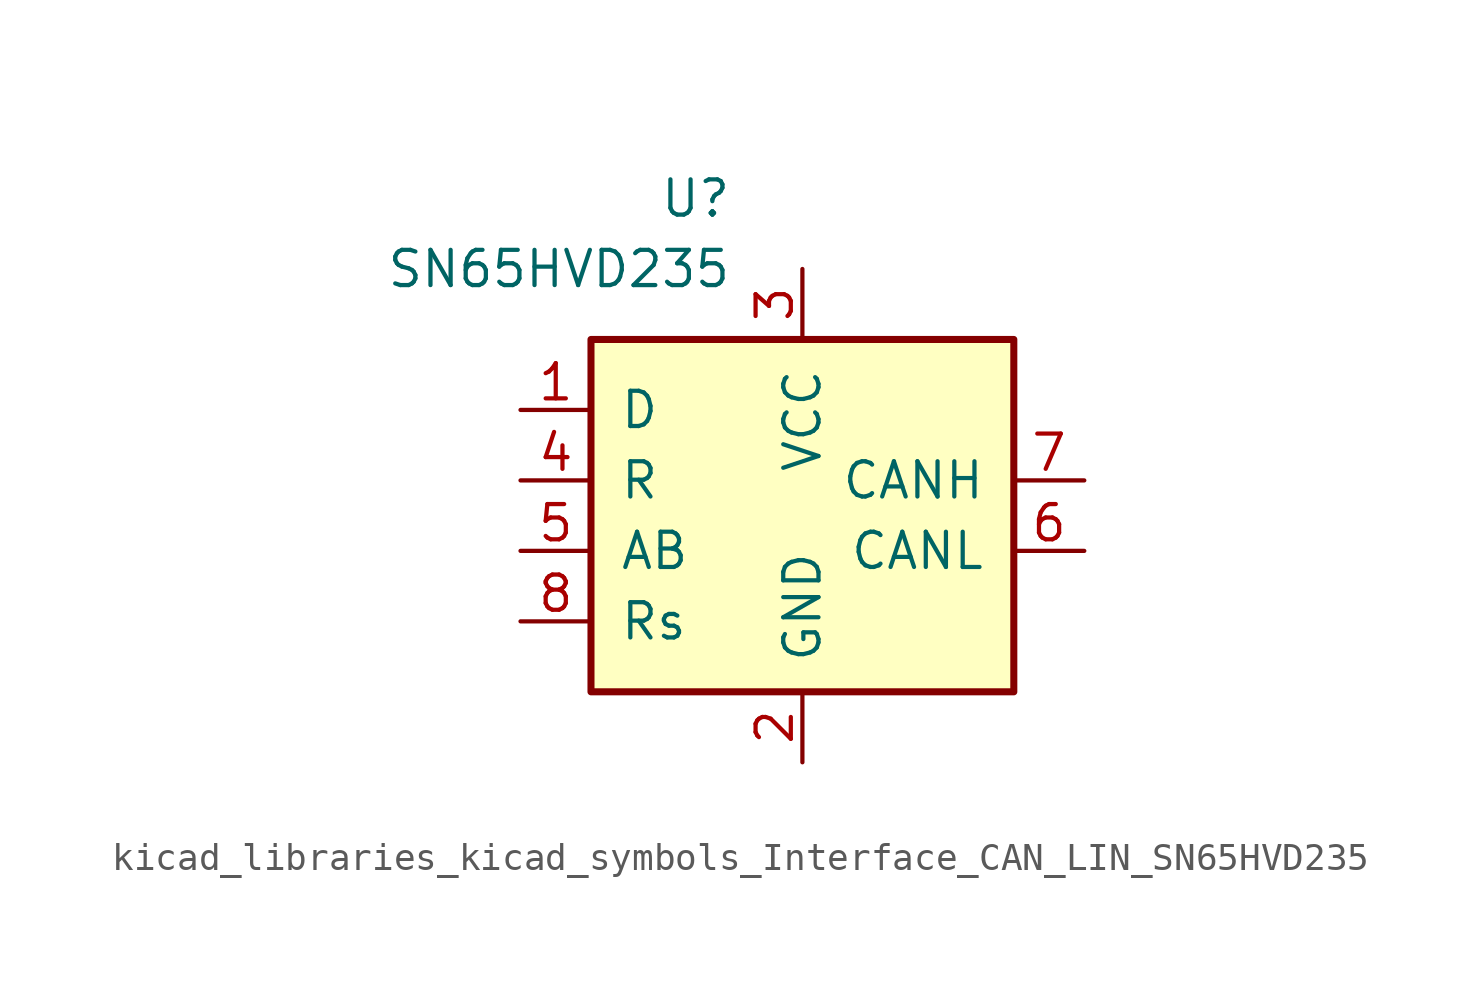
<source format=kicad_sym>
(kicad_symbol_lib
  (version 20220914)
  (generator kicad_symbol_editor)
  (symbol "kicad_libraries_kicad_symbols_Interface_CAN_LIN_SN65HVD235"
    (pin_names
      (offset 1.016))
    (property "Reference" "U"
      (at -2.54 10.16 0)
      (effects (font (size 1.27 1.27)) (justify right)))
    (property "Value" "SN65HVD235"
      (at -2.54 7.62 0)
      (effects (font (size 1.27 1.27)) (justify right)))
    (symbol "kicad_libraries_kicad_symbols_Interface_CAN_LIN_SN65HVD235_0_1"
      (rectangle (start -7.62 5.08) (end 7.62 -7.62) (stroke (width 0.254) (type default)) (fill (type background))))
    (symbol "kicad_libraries_kicad_symbols_Interface_CAN_LIN_SN65HVD235_1_1"
      (pin input line (at -10.16 2.54 0) (length 2.54) (name "D" (effects (font (size 1.27 1.27)))) (number "1" (effects (font (size 1.27 1.27)))))
      (pin power_in line (at 0 -10.16 90) (length 2.54) (name "GND" (effects (font (size 1.27 1.27)))) (number "2" (effects (font (size 1.27 1.27)))))
      (pin power_in line (at 0 7.62 270) (length 2.54) (name "VCC" (effects (font (size 1.27 1.27)))) (number "3" (effects (font (size 1.27 1.27)))))
      (pin output line (at -10.16 0 0) (length 2.54) (name "R" (effects (font (size 1.27 1.27)))) (number "4" (effects (font (size 1.27 1.27)))))
      (pin input line (at -10.16 -2.54 0) (length 2.54) (name "AB" (effects (font (size 1.27 1.27)))) (number "5" (effects (font (size 1.27 1.27)))))
      (pin bidirectional line (at 10.16 -2.54 180) (length 2.54) (name "CANL" (effects (font (size 1.27 1.27)))) (number "6" (effects (font (size 1.27 1.27)))))
      (pin bidirectional line (at 10.16 0 180) (length 2.54) (name "CANH" (effects (font (size 1.27 1.27)))) (number "7" (effects (font (size 1.27 1.27)))))
      (pin input line (at -10.16 -5.08 0) (length 2.54) (name "Rs" (effects (font (size 1.27 1.27)))) (number "8" (effects (font (size 1.27 1.27))))))))
</source>
